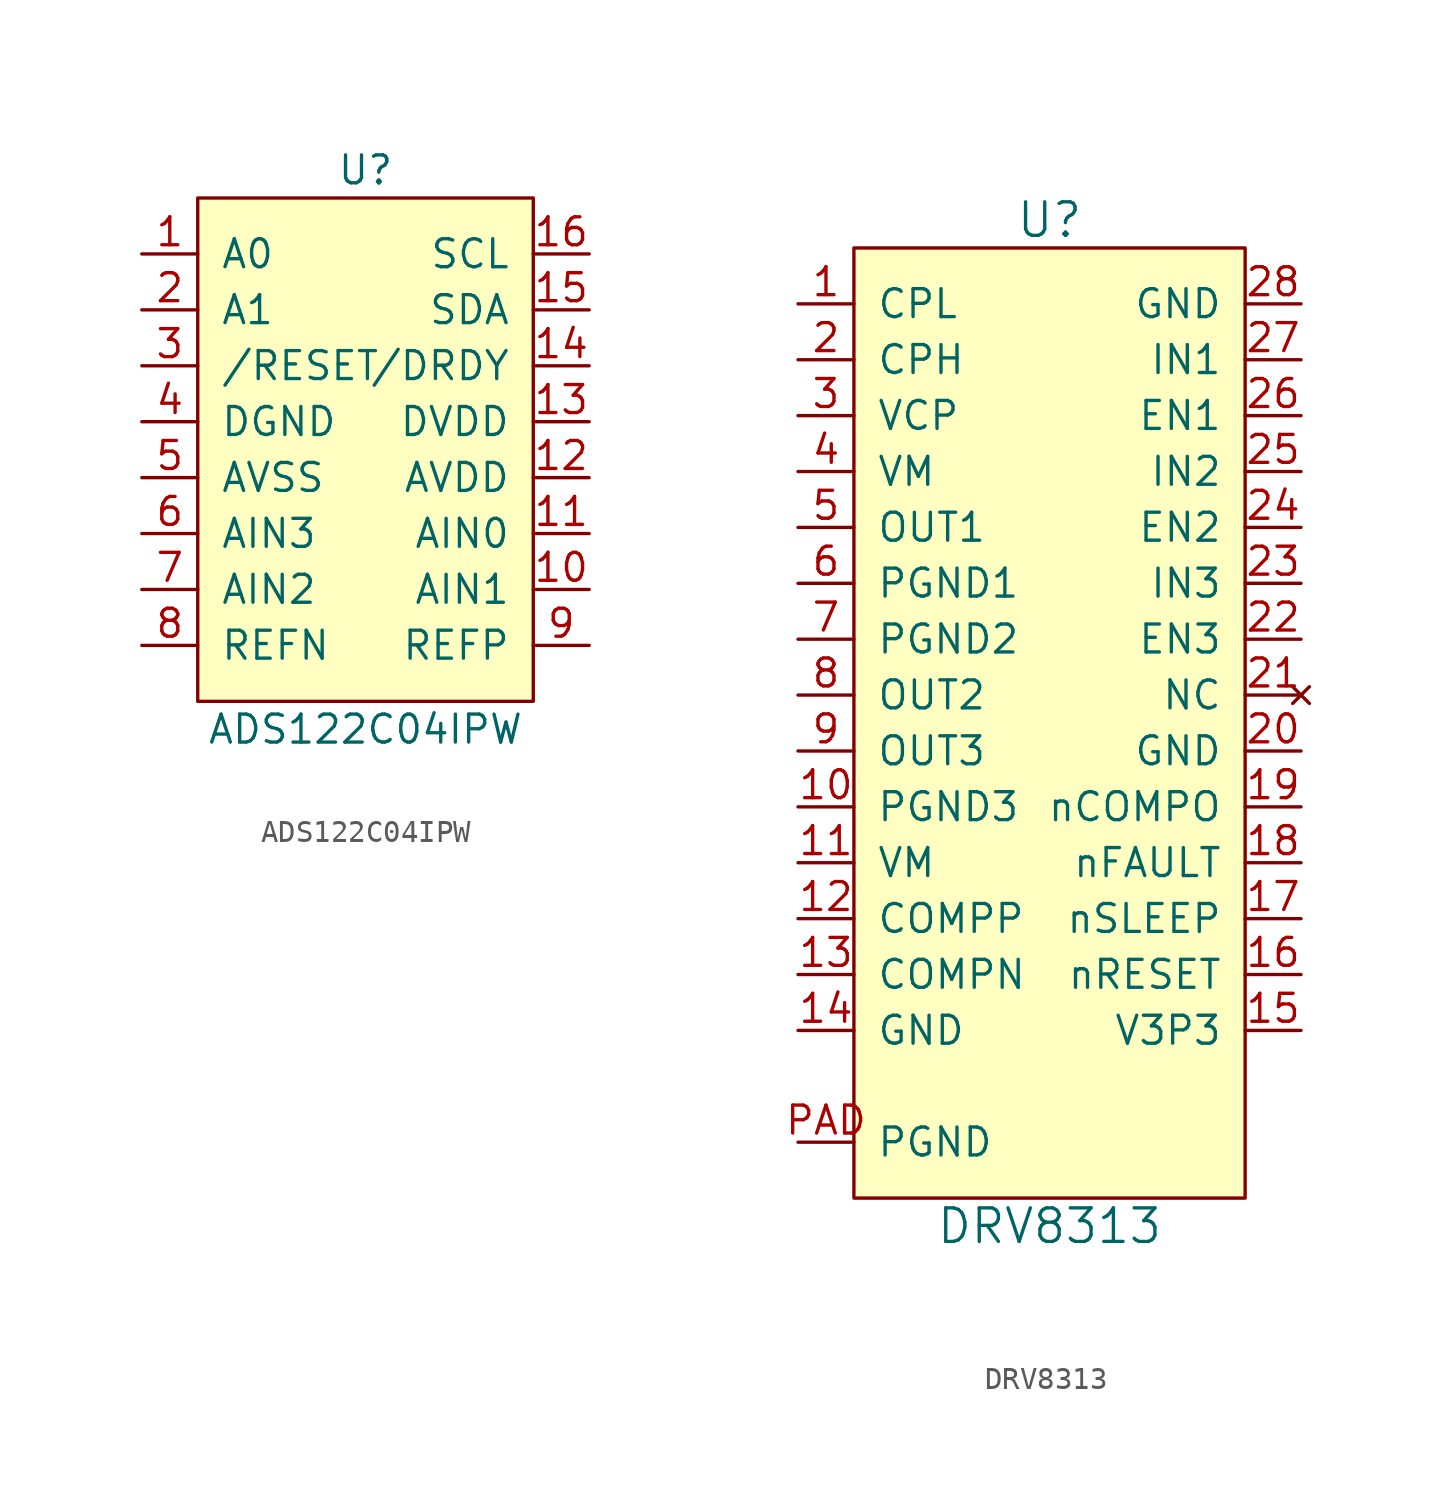
<source format=kicad_sym>
(kicad_symbol_lib
  (version 20241209)
  (generator "kicad_symbol_editor")
  (generator_version "9.0")
  (symbol "ADS122C04IPW"
    (pin_names
      (offset 1.016))
    (property "Reference" "U"
      (at 0 12.7 0)
      (effects (font (size 1.27 1.27))))
    (property "Value" "ADS122C04IPW"
      (at 0 -12.7 0)
      (effects (font (size 1.27 1.27))))
    (symbol "ADS122C04IPW_1_1"
      (rectangle (start -7.62 11.43) (end 7.62 -11.43) (stroke (width 0) (type default)) (fill (type background)))
      (pin bidirectional line (at -10.16 8.89 0) (length 2.54) (name "A0" (effects (font (size 1.27 1.27)))) (number "1" (effects (font (size 1.27 1.27)))))
      (pin bidirectional line (at -10.16 6.35 0) (length 2.54) (name "A1" (effects (font (size 1.27 1.27)))) (number "2" (effects (font (size 1.27 1.27)))))
      (pin input line (at -10.16 3.81 0) (length 2.54) (name "/RESET" (effects (font (size 1.27 1.27)))) (number "3" (effects (font (size 1.27 1.27)))))
      (pin power_in line (at -10.16 1.27 0) (length 2.54) (name "DGND" (effects (font (size 1.27 1.27)))) (number "4" (effects (font (size 1.27 1.27)))))
      (pin power_in line (at -10.16 -1.27 0) (length 2.54) (name "AVSS" (effects (font (size 1.27 1.27)))) (number "5" (effects (font (size 1.27 1.27)))))
      (pin input line (at -10.16 -3.81 0) (length 2.54) (name "AIN3" (effects (font (size 1.27 1.27)))) (number "6" (effects (font (size 1.27 1.27)))))
      (pin input line (at -10.16 -6.35 0) (length 2.54) (name "AIN2" (effects (font (size 1.27 1.27)))) (number "7" (effects (font (size 1.27 1.27)))))
      (pin input line (at -10.16 -8.89 0) (length 2.54) (name "REFN" (effects (font (size 1.27 1.27)))) (number "8" (effects (font (size 1.27 1.27)))))
      (pin input line (at 10.16 8.89 180) (length 2.54) (name "SCL" (effects (font (size 1.27 1.27)))) (number "16" (effects (font (size 1.27 1.27)))))
      (pin bidirectional line (at 10.16 6.35 180) (length 2.54) (name "SDA" (effects (font (size 1.27 1.27)))) (number "15" (effects (font (size 1.27 1.27)))))
      (pin open_collector line (at 10.16 3.81 180) (length 2.54) (name "/DRDY" (effects (font (size 1.27 1.27)))) (number "14" (effects (font (size 1.27 1.27)))))
      (pin power_in line (at 10.16 1.27 180) (length 2.54) (name "DVDD" (effects (font (size 1.27 1.27)))) (number "13" (effects (font (size 1.27 1.27)))))
      (pin power_in line (at 10.16 -1.27 180) (length 2.54) (name "AVDD" (effects (font (size 1.27 1.27)))) (number "12" (effects (font (size 1.27 1.27)))))
      (pin input line (at 10.16 -3.81 180) (length 2.54) (name "AIN0" (effects (font (size 1.27 1.27)))) (number "11" (effects (font (size 1.27 1.27)))))
      (pin input line (at 10.16 -6.35 180) (length 2.54) (name "AIN1" (effects (font (size 1.27 1.27)))) (number "10" (effects (font (size 1.27 1.27)))))
      (pin input line (at 10.16 -8.89 180) (length 2.54) (name "REFP" (effects (font (size 1.27 1.27)))) (number "9" (effects (font (size 1.27 1.27)))))))
  (symbol "DRV8313"
    (pin_names
      (offset 1.016))
    (property "Reference" "U"
      (at 0 22.86 0)
      (effects (font (size 1.524 1.524))))
    (property "Value" "DRV8313"
      (at 0 -22.86 0)
      (effects (font (size 1.524 1.524))))
    (symbol "DRV8313_0_1"
      (rectangle (start -8.89 21.59) (end 8.89 -21.59) (stroke (width 0) (type default)) (fill (type background))))
    (symbol "DRV8313_1_1"
      (pin passive line (at -11.43 19.05 0) (length 2.54) (name "CPL" (effects (font (size 1.27 1.27)))) (number "1" (effects (font (size 1.27 1.27)))))
      (pin passive line (at -11.43 16.51 0) (length 2.54) (name "CPH" (effects (font (size 1.27 1.27)))) (number "2" (effects (font (size 1.27 1.27)))))
      (pin passive line (at -11.43 13.97 0) (length 2.54) (name "VCP" (effects (font (size 1.27 1.27)))) (number "3" (effects (font (size 1.27 1.27)))))
      (pin power_in line (at -11.43 11.43 0) (length 2.54) (name "VM" (effects (font (size 1.27 1.27)))) (number "4" (effects (font (size 1.27 1.27)))))
      (pin output line (at -11.43 8.89 0) (length 2.54) (name "OUT1" (effects (font (size 1.27 1.27)))) (number "5" (effects (font (size 1.27 1.27)))))
      (pin power_in line (at -11.43 6.35 0) (length 2.54) (name "PGND1" (effects (font (size 1.27 1.27)))) (number "6" (effects (font (size 1.27 1.27)))))
      (pin power_in line (at -11.43 3.81 0) (length 2.54) (name "PGND2" (effects (font (size 1.27 1.27)))) (number "7" (effects (font (size 1.27 1.27)))))
      (pin output line (at -11.43 1.27 0) (length 2.54) (name "OUT2" (effects (font (size 1.27 1.27)))) (number "8" (effects (font (size 1.27 1.27)))))
      (pin output line (at -11.43 -1.27 0) (length 2.54) (name "OUT3" (effects (font (size 1.27 1.27)))) (number "9" (effects (font (size 1.27 1.27)))))
      (pin power_in line (at -11.43 -3.81 0) (length 2.54) (name "PGND3" (effects (font (size 1.27 1.27)))) (number "10" (effects (font (size 1.27 1.27)))))
      (pin power_in line (at -11.43 -6.35 0) (length 2.54) (name "VM" (effects (font (size 1.27 1.27)))) (number "11" (effects (font (size 1.27 1.27)))))
      (pin input line (at -11.43 -8.89 0) (length 2.54) (name "COMPP" (effects (font (size 1.27 1.27)))) (number "12" (effects (font (size 1.27 1.27)))))
      (pin input line (at -11.43 -11.43 0) (length 2.54) (name "COMPN" (effects (font (size 1.27 1.27)))) (number "13" (effects (font (size 1.27 1.27)))))
      (pin input line (at -11.43 -13.97 0) (length 2.54) (name "GND" (effects (font (size 1.27 1.27)))) (number "14" (effects (font (size 1.27 1.27)))))
      (pin input line (at -11.43 -19.05 0) (length 2.54) (name "PGND" (effects (font (size 1.27 1.27)))) (number "PAD" (effects (font (size 1.27 1.27)))))
      (pin power_in line (at 11.43 19.05 180) (length 2.54) (name "GND" (effects (font (size 1.27 1.27)))) (number "28" (effects (font (size 1.27 1.27)))))
      (pin input line (at 11.43 16.51 180) (length 2.54) (name "IN1" (effects (font (size 1.27 1.27)))) (number "27" (effects (font (size 1.27 1.27)))))
      (pin input line (at 11.43 13.97 180) (length 2.54) (name "EN1" (effects (font (size 1.27 1.27)))) (number "26" (effects (font (size 1.27 1.27)))))
      (pin input line (at 11.43 11.43 180) (length 2.54) (name "IN2" (effects (font (size 1.27 1.27)))) (number "25" (effects (font (size 1.27 1.27)))))
      (pin input line (at 11.43 8.89 180) (length 2.54) (name "EN2" (effects (font (size 1.27 1.27)))) (number "24" (effects (font (size 1.27 1.27)))))
      (pin input line (at 11.43 6.35 180) (length 2.54) (name "IN3" (effects (font (size 1.27 1.27)))) (number "23" (effects (font (size 1.27 1.27)))))
      (pin input line (at 11.43 3.81 180) (length 2.54) (name "EN3" (effects (font (size 1.27 1.27)))) (number "22" (effects (font (size 1.27 1.27)))))
      (pin no_connect line (at 11.43 1.27 180) (length 2.54) (name "NC" (effects (font (size 1.27 1.27)))) (number "21" (effects (font (size 1.27 1.27)))))
      (pin power_in line (at 11.43 -1.27 180) (length 2.54) (name "GND" (effects (font (size 1.27 1.27)))) (number "20" (effects (font (size 1.27 1.27)))))
      (pin open_collector line (at 11.43 -3.81 180) (length 2.54) (name "nCOMPO" (effects (font (size 1.27 1.27)))) (number "19" (effects (font (size 1.27 1.27)))))
      (pin open_collector line (at 11.43 -6.35 180) (length 2.54) (name "nFAULT" (effects (font (size 1.27 1.27)))) (number "18" (effects (font (size 1.27 1.27)))))
      (pin input line (at 11.43 -8.89 180) (length 2.54) (name "nSLEEP" (effects (font (size 1.27 1.27)))) (number "17" (effects (font (size 1.27 1.27)))))
      (pin input line (at 11.43 -11.43 180) (length 2.54) (name "nRESET" (effects (font (size 1.27 1.27)))) (number "16" (effects (font (size 1.27 1.27)))))
      (pin power_out line (at 11.43 -13.97 180) (length 2.54) (name "V3P3" (effects (font (size 1.27 1.27)))) (number "15" (effects (font (size 1.27 1.27))))))))
</source>
